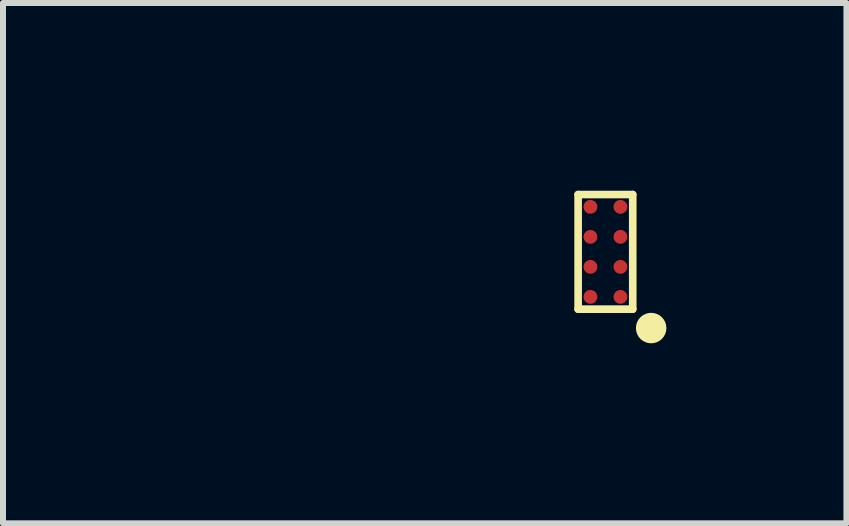
<source format=kicad_pcb>
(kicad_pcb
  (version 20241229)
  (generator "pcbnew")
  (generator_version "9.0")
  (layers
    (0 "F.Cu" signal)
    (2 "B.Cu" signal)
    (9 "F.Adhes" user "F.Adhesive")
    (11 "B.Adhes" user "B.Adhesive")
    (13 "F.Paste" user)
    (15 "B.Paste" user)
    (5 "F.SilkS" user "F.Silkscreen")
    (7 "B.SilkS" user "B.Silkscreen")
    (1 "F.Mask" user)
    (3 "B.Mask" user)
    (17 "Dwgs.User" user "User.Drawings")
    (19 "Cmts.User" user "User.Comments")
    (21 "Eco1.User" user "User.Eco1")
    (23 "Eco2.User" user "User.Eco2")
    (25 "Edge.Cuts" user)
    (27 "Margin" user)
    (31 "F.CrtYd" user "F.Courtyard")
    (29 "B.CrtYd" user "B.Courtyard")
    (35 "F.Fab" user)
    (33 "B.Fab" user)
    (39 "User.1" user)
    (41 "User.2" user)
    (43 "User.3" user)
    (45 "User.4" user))
  (footprint "BAG8_0D5_1_91X0_91X0_5MM"
    (layer "F.Cu")
    (at 7.039 1.147)
    (property "Reference" "BAG8_0D5_1_91X0_91X0_5MM" (at 0.33 -0.193 0) (unlocked yes) (layer "Eco1.User") (effects (font (size 0.33 0.33) (thickness 0.02)) (justify left bottom mirror)))
    (fp_line (start -0.455 0.955) (end -0.455 -0.955) (stroke (width 0.127) (type solid)) (layer "F.SilkS"))
    (fp_line (start 0.455 -0.955) (end -0.455 -0.955) (stroke (width 0.127) (type solid)) (layer "F.SilkS"))
    (fp_line (start 0.455 0.955) (end -0.455 0.955) (stroke (width 0.127) (type solid)) (layer "F.SilkS"))
    (fp_line (start 0.455 0.955) (end 0.455 -0.955) (stroke (width 0.127) (type solid)) (layer "F.SilkS"))
    (fp_circle (center 0.762 1.27) (end 0.762 1.397) (stroke (width 0.254) (type solid)) (fill no) (layer "F.SilkS"))
    (fp_line (start -0.508 1.016) (end -0.508 -1.016) (stroke (width 0.025) (type solid)) (layer "Eco1.User"))
    (fp_line (start 0.508 -1.016) (end -0.508 -1.016) (stroke (width 0.025) (type solid)) (layer "Eco1.User"))
    (fp_line (start 0.508 1.016) (end -0.508 1.016) (stroke (width 0.025) (type solid)) (layer "Eco1.User"))
    (fp_line (start 0.508 1.016) (end 0.508 -1.016) (stroke (width 0.025) (type solid)) (layer "Eco1.User"))
    (fp_circle (center 0.254 0.762) (end 0.254 0.889) (stroke (width 0.254) (type solid)) (fill no) (layer "Eco1.User"))
    (fp_poly (pts (xy 0.508 1.016) (xy 0.508 -1.016) (xy -0.508 -1.016) (xy -0.508 1.016)) (stroke (width 0.1) (type default)) (fill no) (layer "User.8"))
    (fp_text user "B1" (at 0.01 0.213 0) (unlocked yes) (layer "Eco1.User") (effects (font (size 0.3 0.3) (thickness 0.02)) (justify left bottom mirror)))
    (fp_text user "A1" (at 0.01 0.713 0) (unlocked yes) (layer "Eco1.User") (effects (font (size 0.3 0.3) (thickness 0.02)) (justify left bottom mirror)))
    (fp_text user "C2" (at -0.49 -0.287 0) (unlocked yes) (layer "Eco1.User") (effects (font (size 0.3 0.3) (thickness 0.02)) (justify left bottom mirror)))
    (fp_text user "SN74LVC2G241DCUR" (at 0.254 0.09 0) (unlocked yes) (layer "Eco1.User") (effects (font (size 0.3 0.3) (thickness 0.02)) (justify left bottom mirror)))
    (fp_text user "D1" (at 0.01 -0.787 0) (unlocked yes) (layer "Eco1.User") (effects (font (size 0.3 0.3) (thickness 0.02)) (justify left bottom mirror)))
    (fp_text user "D2" (at -0.49 -0.787 0) (unlocked yes) (layer "Eco1.User") (effects (font (size 0.3 0.3) (thickness 0.02)) (justify left bottom mirror)))
    (fp_text user "A2" (at -0.49 0.713 0) (unlocked yes) (layer "Eco1.User") (effects (font (size 0.3 0.3) (thickness 0.02)) (justify left bottom mirror)))
    (fp_text user "C1" (at 0.01 -0.287 0) (unlocked yes) (layer "Eco1.User") (effects (font (size 0.3 0.3) (thickness 0.02)) (justify left bottom mirror)))
    (fp_text user "B2" (at -0.49 0.213 0) (unlocked yes) (layer "Eco1.User") (effects (font (size 0.3 0.3) (thickness 0.02)) (justify left bottom mirror)))
    (pad "A1" smd circle (at 0.25 0.75 180) (size 0.23 0.23) (layers "F.Cu" "F.Mask" "F.Paste"))
    (pad "A2" smd circle (at -0.25 0.75 180) (size 0.23 0.23) (layers "F.Cu" "F.Mask" "F.Paste"))
    (pad "B1" smd circle (at 0.25 0.25 180) (size 0.23 0.23) (layers "F.Cu" "F.Mask" "F.Paste"))
    (pad "B2" smd circle (at -0.25 0.25 180) (size 0.23 0.23) (layers "F.Cu" "F.Mask" "F.Paste"))
    (pad "C1" smd circle (at 0.25 -0.25 180) (size 0.23 0.23) (layers "F.Cu" "F.Mask" "F.Paste"))
    (pad "C2" smd circle (at -0.25 -0.25 180) (size 0.23 0.23) (layers "F.Cu" "F.Mask" "F.Paste"))
    (pad "D1" smd circle (at 0.25 -0.75 180) (size 0.23 0.23) (layers "F.Cu" "F.Mask" "F.Paste"))
    (pad "D2" smd circle (at -0.25 -0.75 180) (size 0.23 0.23) (layers "F.Cu" "F.Mask" "F.Paste")))
  (gr_rect
    (start -3 -3)
    (end 11.055 5.671)
    (stroke (width 0.1) (type default))
    (fill no)
    (layer "Edge.Cuts")))
</source>
